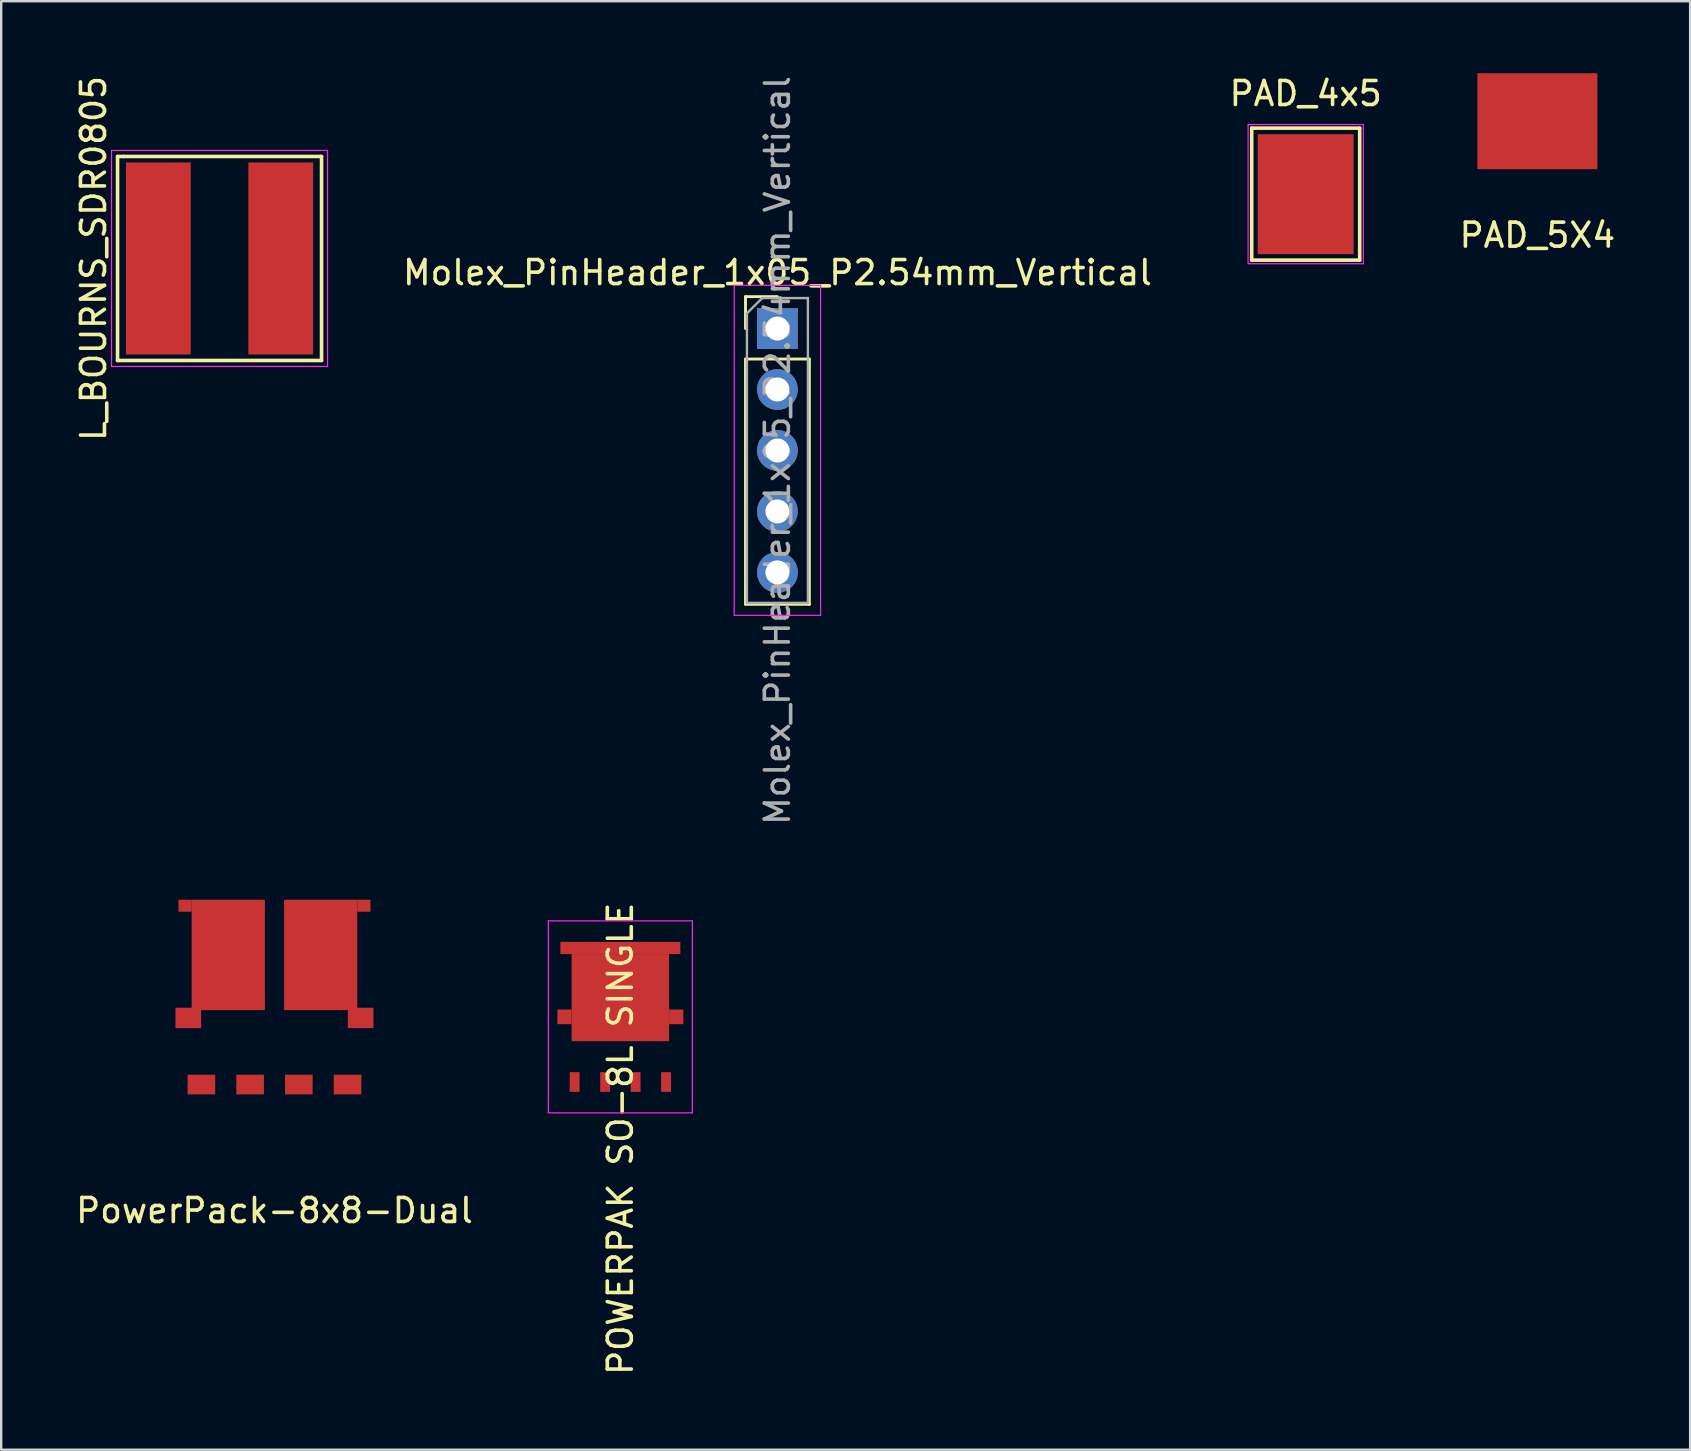
<source format=kicad_pcb>
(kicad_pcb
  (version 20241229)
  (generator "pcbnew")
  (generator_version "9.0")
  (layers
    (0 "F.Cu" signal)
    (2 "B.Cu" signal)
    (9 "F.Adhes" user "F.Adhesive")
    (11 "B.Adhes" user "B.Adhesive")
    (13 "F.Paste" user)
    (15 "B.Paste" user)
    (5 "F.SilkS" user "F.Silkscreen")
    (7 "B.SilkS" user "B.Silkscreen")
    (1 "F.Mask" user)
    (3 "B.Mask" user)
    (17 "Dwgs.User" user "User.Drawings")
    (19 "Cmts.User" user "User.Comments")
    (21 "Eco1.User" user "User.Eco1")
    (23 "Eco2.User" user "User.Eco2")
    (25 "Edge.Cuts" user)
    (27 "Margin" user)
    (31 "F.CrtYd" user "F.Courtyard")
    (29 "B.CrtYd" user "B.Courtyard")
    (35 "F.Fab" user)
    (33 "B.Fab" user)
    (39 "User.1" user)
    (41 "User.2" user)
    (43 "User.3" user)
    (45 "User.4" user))
  (footprint "L_BOURNS_SDR0805"
    (layer "F.Cu")
    (at 6.098 7.72)
    (property "Reference" "L_BOURNS_SDR0805" (at -5.25 0 90) (layer "F.SilkS") (effects (font (size 1 1) (thickness 0.15))))
    (attr through_hole)
    (fp_line (start -4.25 -4.25) (end -4 -4.25) (stroke (width 0.15) (type solid)) (layer "F.SilkS"))
    (fp_line (start -4.25 4.25) (end -4.25 -4.25) (stroke (width 0.15) (type solid)) (layer "F.SilkS"))
    (fp_line (start -4 -4.25) (end 4.25 -4.25) (stroke (width 0.15) (type solid)) (layer "F.SilkS"))
    (fp_line (start 4.25 -4.25) (end 4.25 4.25) (stroke (width 0.15) (type solid)) (layer "F.SilkS"))
    (fp_line (start 4.25 4.25) (end -4.25 4.25) (stroke (width 0.15) (type solid)) (layer "F.SilkS"))
    (fp_line (start -4.5 -4.5) (end 4.5 -4.5) (stroke (width 0.05) (type solid)) (layer "F.CrtYd"))
    (fp_line (start -4.5 4.5) (end -4.5 -4.5) (stroke (width 0.05) (type solid)) (layer "F.CrtYd"))
    (fp_line (start 4.5 -4.5) (end 4.5 4.5) (stroke (width 0.05) (type solid)) (layer "F.CrtYd"))
    (fp_line (start 4.5 4.5) (end -4.5 4.5) (stroke (width 0.05) (type solid)) (layer "F.CrtYd"))
    (pad "1" smd rect (at 2.55 0) (size 2.7 8) (layers "F.Cu" "F.Mask" "F.Paste"))
    (pad "2" smd rect (at -2.55 0) (size 2.7 8) (layers "F.Cu" "F.Mask" "F.Paste")))
  (footprint "PAD_5X4"
    (layer "F.Cu")
    (at 61.01 2)
    (property "Reference" "PAD_5X4" (at 0 4.75 0) (layer "F.SilkS") (effects (font (size 1 1) (thickness 0.15))))
    (attr through_hole)
    (pad "1" smd rect (at 0 0) (size 5 4) (layers "F.Cu")))
  (footprint "POWERPAK SO-8L SINGLE"
    (layer "F.Cu")
    (at 22.799 39.319)
    (property "Reference" "POWERPAK SO-8L SINGLE" (at 0 5.08 90) (layer "F.SilkS") (effects (font (size 1 1) (thickness 0.15))))
    (attr through_hole)
    (fp_line (start -3 -4) (end -3 4) (stroke (width 0.05) (type solid)) (layer "F.CrtYd"))
    (fp_line (start -3 4) (end 3 4) (stroke (width 0.05) (type solid)) (layer "F.CrtYd"))
    (fp_line (start 3 -4) (end -3 -4) (stroke (width 0.05) (type solid)) (layer "F.CrtYd"))
    (fp_line (start 3 4) (end 3 -4) (stroke (width 0.05) (type solid)) (layer "F.CrtYd"))
    (pad "1" smd rect (at -2.328 0) (size 0.595 0.61) (layers "F.Cu" "F.Mask" "F.Paste"))
    (pad "1" smd rect (at 0 -2.87) (size 5 0.51) (layers "F.Cu" "F.Mask" "F.Paste"))
    (pad "1" smd rect (at 0 -0.8) (size 4.061 3.63) (layers "F.Cu" "F.Mask" "F.Paste"))
    (pad "1" smd rect (at 2.328 0) (size 0.595 0.61) (layers "F.Cu" "F.Mask" "F.Paste"))
    (pad "2" smd rect (at 1.905 2.716) (size 0.41 0.82) (layers "F.Cu" "F.Mask" "F.Paste"))
    (pad "3" smd rect (at -1.905 2.716) (size 0.41 0.82) (layers "F.Cu" "F.Mask" "F.Paste"))
    (pad "3" smd rect (at -0.635 2.716) (size 0.41 0.82) (layers "F.Cu" "F.Mask" "F.Paste"))
    (pad "3" smd rect (at 0.635 2.716) (size 0.41 0.82) (layers "F.Cu" "F.Mask" "F.Paste")))
  (footprint "PowerPack-8x8-Dual"
    (layer "F.Cu")
    (at 8.387 38.5)
    (property "Reference" "PowerPack-8x8-Dual" (at 0 8.89 0) (layer "F.SilkS") (effects (font (size 1 1) (thickness 0.15))))
    (attr through_hole)
    (pad "1" smd rect (at -3.045 3.64) (size 1.15 0.82) (layers "F.Cu" "F.Mask" "F.Paste"))
    (pad "2" smd rect (at -1.015 3.64) (size 1.15 0.82) (layers "F.Cu" "F.Mask" "F.Paste"))
    (pad "3" smd rect (at 1.015 3.64) (size 1.15 0.82) (layers "F.Cu" "F.Mask" "F.Paste"))
    (pad "4" smd rect (at 3.045 3.64) (size 1.15 0.82) (layers "F.Cu" "F.Mask" "F.Paste"))
    (pad "5" smd rect (at 1.925 -1.76) (size 3.05 4.6) (layers "F.Cu" "F.Mask" "F.Paste"))
    (pad "5" smd rect (at 3.59 0.865) (size 1.07 0.85) (layers "F.Cu" "F.Mask" "F.Paste"))
    (pad "5" smd rect (at 3.725 -3.81) (size 0.55 0.5) (layers "F.Cu" "F.Mask" "F.Paste"))
    (pad "6" smd rect (at -3.725 -3.81) (size 0.55 0.5) (layers "F.Cu" "F.Mask" "F.Paste"))
    (pad "6" smd rect (at -3.59 0.865) (size 1.07 0.85) (layers "F.Cu" "F.Mask" "F.Paste"))
    (pad "6" smd rect (at -1.925 -1.76) (size 3.05 4.6) (layers "F.Cu" "F.Mask" "F.Paste")))
  (footprint "PAD_4x5"
    (layer "F.Cu")
    (at 51.355 5.039)
    (property "Reference" "PAD_4x5" (at 0 -4.191 0) (layer "F.SilkS") (effects (font (size 1 1) (thickness 0.15))))
    (attr through_hole)
    (fp_line (start -2.25 -2.75) (end 2.25 -2.75) (stroke (width 0.15) (type solid)) (layer "F.SilkS"))
    (fp_line (start -2.25 2.75) (end -2.25 -2.75) (stroke (width 0.15) (type solid)) (layer "F.SilkS"))
    (fp_line (start 2.25 -2.75) (end 2.25 2.75) (stroke (width 0.15) (type solid)) (layer "F.SilkS"))
    (fp_line (start 2.25 2.75) (end -2.25 2.75) (stroke (width 0.15) (type solid)) (layer "F.SilkS"))
    (fp_line (start -2.4 -2.9) (end 2.4 -2.9) (stroke (width 0.05) (type solid)) (layer "F.CrtYd"))
    (fp_line (start -2.4 2.9) (end -2.4 -2.9) (stroke (width 0.05) (type solid)) (layer "F.CrtYd"))
    (fp_line (start 2.4 -2.9) (end 2.4 2.9) (stroke (width 0.05) (type solid)) (layer "F.CrtYd"))
    (fp_line (start 2.4 2.9) (end -2.4 2.9) (stroke (width 0.05) (type solid)) (layer "F.CrtYd"))
    (pad "1" smd rect (at 0 0) (size 4 5) (layers "F.Cu" "F.Mask")))
  (footprint "Molex_PinHeader_1x05_P2.54mm_Vertical"
    (layer "F.Cu")
    (at 29.343 10.64)
    (property "Reference" "Molex_PinHeader_1x05_P2.54mm_Vertical" (at 0 -2.33 0) (layer "F.SilkS") (effects (font (size 1 1) (thickness 0.15))))
    (attr through_hole)
    (fp_line (start -1.33 -1.33) (end 0 -1.33) (stroke (width 0.12) (type solid)) (layer "F.SilkS"))
    (fp_line (start -1.33 0) (end -1.33 -1.33) (stroke (width 0.12) (type solid)) (layer "F.SilkS"))
    (fp_line (start -1.33 1.27) (end -1.33 11.49) (stroke (width 0.12) (type solid)) (layer "F.SilkS"))
    (fp_line (start -1.33 1.27) (end 1.33 1.27) (stroke (width 0.12) (type solid)) (layer "F.SilkS"))
    (fp_line (start -1.33 11.49) (end 1.33 11.49) (stroke (width 0.12) (type solid)) (layer "F.SilkS"))
    (fp_line (start 1.33 1.27) (end 1.33 11.49) (stroke (width 0.12) (type solid)) (layer "F.SilkS"))
    (fp_line (start -1.8 -1.8) (end -1.8 11.95) (stroke (width 0.05) (type solid)) (layer "F.CrtYd"))
    (fp_line (start -1.8 11.95) (end 1.8 11.95) (stroke (width 0.05) (type solid)) (layer "F.CrtYd"))
    (fp_line (start 1.8 -1.8) (end -1.8 -1.8) (stroke (width 0.05) (type solid)) (layer "F.CrtYd"))
    (fp_line (start 1.8 11.95) (end 1.8 -1.8) (stroke (width 0.05) (type solid)) (layer "F.CrtYd"))
    (fp_line (start -1.27 -0.635) (end -0.635 -1.27) (stroke (width 0.1) (type solid)) (layer "F.Fab"))
    (fp_line (start -1.27 11.43) (end -1.27 -0.635) (stroke (width 0.1) (type solid)) (layer "F.Fab"))
    (fp_line (start -0.635 -1.27) (end 1.27 -1.27) (stroke (width 0.1) (type solid)) (layer "F.Fab"))
    (fp_line (start 1.27 -1.27) (end 1.27 11.43) (stroke (width 0.1) (type solid)) (layer "F.Fab"))
    (fp_line (start 1.27 11.43) (end -1.27 11.43) (stroke (width 0.1) (type solid)) (layer "F.Fab"))
    (fp_text user "${REFERENCE}" (at 0 5.08 90) (layer "F.Fab") (effects (font (size 1 1) (thickness 0.15))))
    (pad "1" thru_hole rect (at 0 0) (size 1.7 1.7) (drill 1) (layers "*.Cu" "*.Mask"))
    (pad "2" thru_hole oval (at 0 2.54) (size 1.7 1.7) (drill 1) (layers "*.Cu" "*.Mask"))
    (pad "3" thru_hole oval (at 0 5.08) (size 1.7 1.7) (drill 1) (layers "*.Cu" "*.Mask"))
    (pad "4" thru_hole oval (at 0 7.62) (size 1.7 1.7) (drill 1) (layers "*.Cu" "*.Mask"))
    (pad "5" thru_hole oval (at 0 10.16) (size 1.7 1.7) (drill 1) (layers "*.Cu" "*.Mask")))
  (gr_rect
    (start -3 -3)
    (end 67.373 57.357)
    (stroke (width 0.1) (type default))
    (fill no)
    (layer "Edge.Cuts")))
</source>
